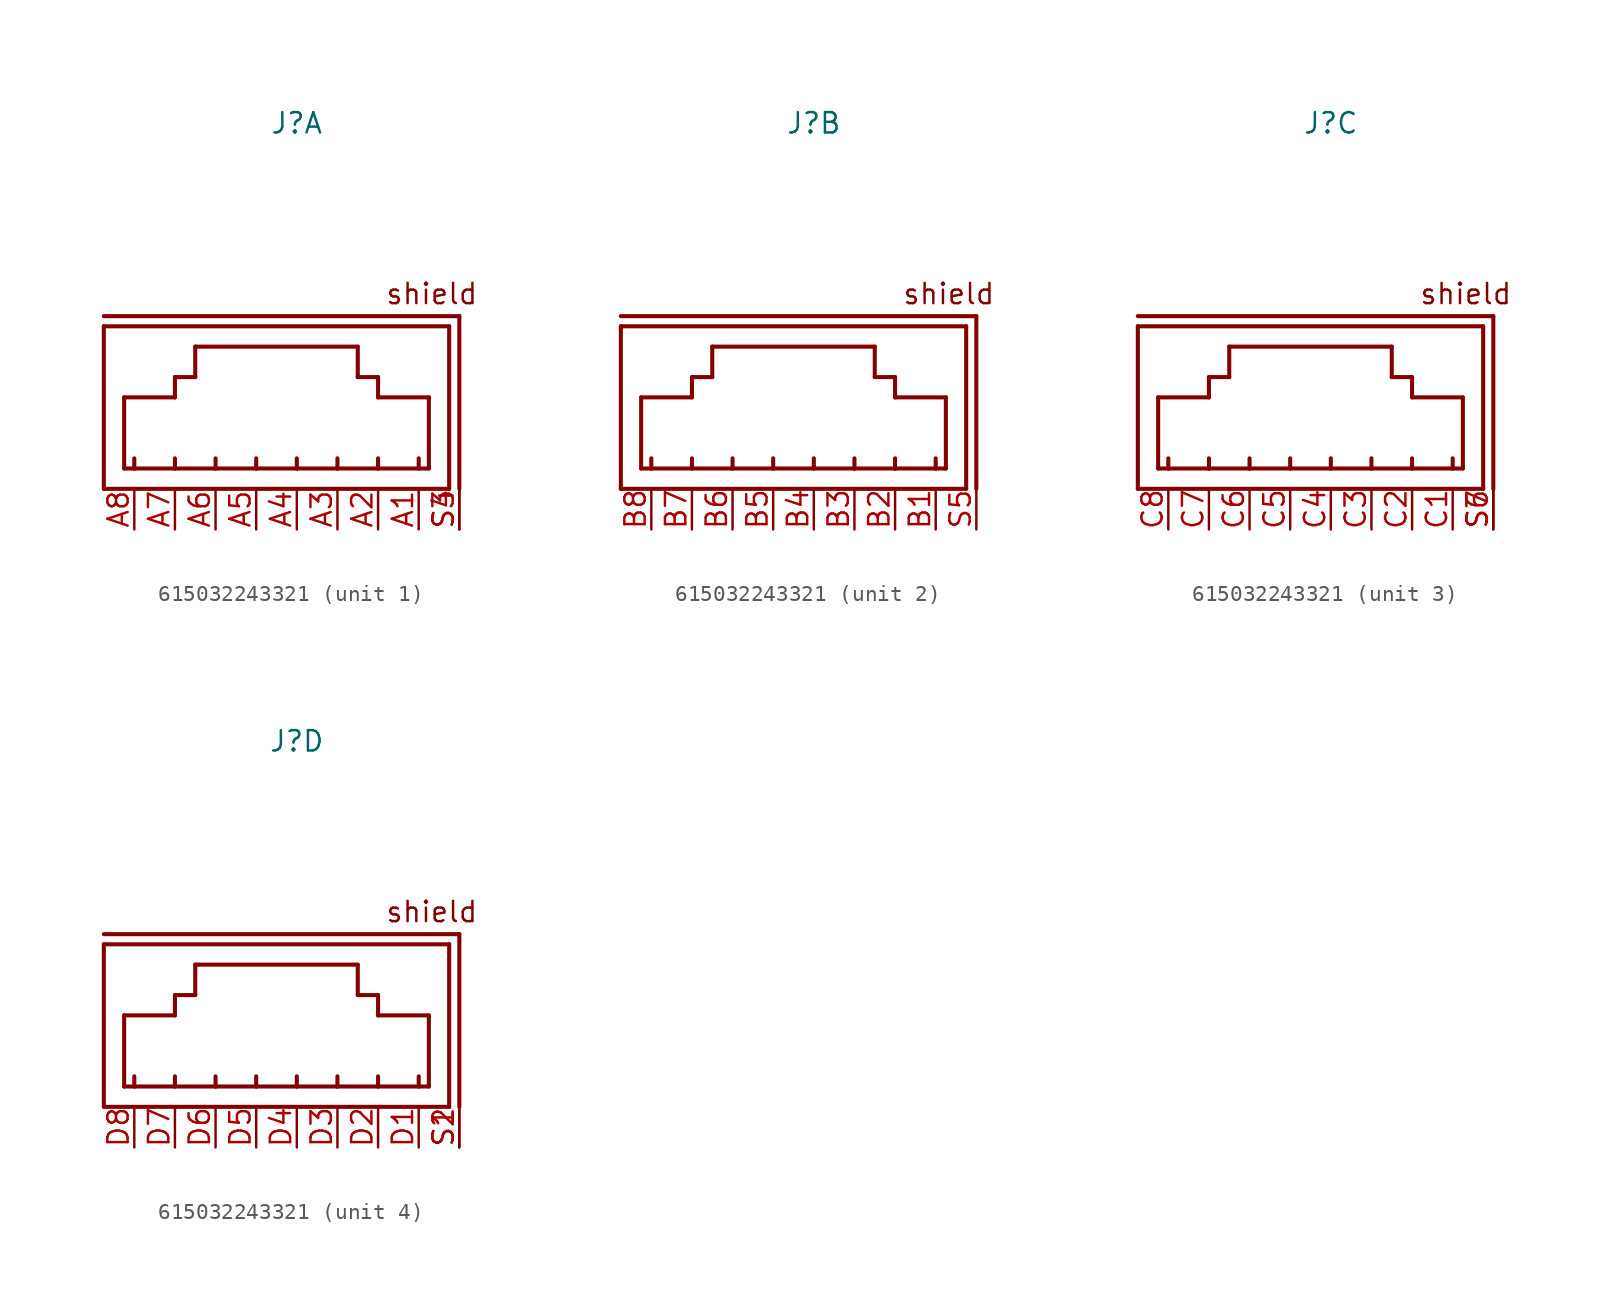
<source format=kicad_sym>
(kicad_symbol_lib
  (version 20241209)
  (generator "kicad_symbol_editor")
  (generator_version "9.0")
  (symbol "615032243321"
    (pin_names
      (hide yes))
    (property "Reference" "J"
      (at 0 17.78 0)
      (effects (font (size 1.27 1.27))))
    (property "ki_locked" ""
      (at 0 0 0)
      (effects (font (size 1.27 1.27))))
    (symbol "615032243321_1_0"
      (polyline (pts (xy -12.065 5.715) (xy 10.16 5.715)) (stroke (width 0.254) (type solid)) (fill (type none)))
      (polyline (pts (xy -12.065 5.08) (xy 9.525 5.08)) (stroke (width 0.254) (type solid)) (fill (type none)))
      (polyline (pts (xy -12.065 -5.08) (xy -12.065 5.08)) (stroke (width 0.254) (type solid)) (fill (type none)))
      (polyline (pts (xy -10.795 0.635) (xy -7.62 0.635)) (stroke (width 0.254) (type solid)) (fill (type none)))
      (polyline (pts (xy -10.795 -3.81) (xy -10.795 0.635)) (stroke (width 0.254) (type solid)) (fill (type none)))
      (polyline (pts (xy -10.16 -3.81) (xy -10.795 -3.81)) (stroke (width 0.254) (type solid)) (fill (type none)))
      (polyline (pts (xy -10.16 -3.81) (xy -10.16 -3.175)) (stroke (width 0.254) (type solid)) (fill (type none)))
      (polyline (pts (xy -7.62 1.905) (xy -6.35 1.905)) (stroke (width 0.254) (type solid)) (fill (type none)))
      (polyline (pts (xy -7.62 0.635) (xy -7.62 1.905)) (stroke (width 0.254) (type solid)) (fill (type none)))
      (polyline (pts (xy -7.62 -3.81) (xy -10.16 -3.81)) (stroke (width 0.254) (type solid)) (fill (type none)))
      (polyline (pts (xy -7.62 -3.81) (xy -7.62 -3.175)) (stroke (width 0.254) (type solid)) (fill (type none)))
      (polyline (pts (xy -6.35 3.81) (xy 3.81 3.81)) (stroke (width 0.254) (type solid)) (fill (type none)))
      (polyline (pts (xy -6.35 1.905) (xy -6.35 3.81)) (stroke (width 0.254) (type solid)) (fill (type none)))
      (polyline (pts (xy -5.08 -3.81) (xy -7.62 -3.81)) (stroke (width 0.254) (type solid)) (fill (type none)))
      (polyline (pts (xy -5.08 -3.81) (xy -5.08 -3.175)) (stroke (width 0.254) (type solid)) (fill (type none)))
      (polyline (pts (xy -2.54 -3.81) (xy -5.08 -3.81)) (stroke (width 0.254) (type solid)) (fill (type none)))
      (polyline (pts (xy -2.54 -3.81) (xy -2.54 -3.175)) (stroke (width 0.254) (type solid)) (fill (type none)))
      (polyline (pts (xy 0 -3.81) (xy -2.54 -3.81)) (stroke (width 0.254) (type solid)) (fill (type none)))
      (polyline (pts (xy 0 -3.81) (xy 0 -3.175)) (stroke (width 0.254) (type solid)) (fill (type none)))
      (polyline (pts (xy 2.54 -3.81) (xy 0 -3.81)) (stroke (width 0.254) (type solid)) (fill (type none)))
      (polyline (pts (xy 2.54 -3.81) (xy 2.54 -3.175)) (stroke (width 0.254) (type solid)) (fill (type none)))
      (polyline (pts (xy 3.81 1.905) (xy 3.81 3.81)) (stroke (width 0.254) (type solid)) (fill (type none)))
      (polyline (pts (xy 5.08 1.905) (xy 3.81 1.905)) (stroke (width 0.254) (type solid)) (fill (type none)))
      (polyline (pts (xy 5.08 0.635) (xy 5.08 1.905)) (stroke (width 0.254) (type solid)) (fill (type none)))
      (polyline (pts (xy 5.08 -3.81) (xy 2.54 -3.81)) (stroke (width 0.254) (type solid)) (fill (type none)))
      (polyline (pts (xy 5.08 -3.81) (xy 5.08 -3.175)) (stroke (width 0.254) (type solid)) (fill (type none)))
      (polyline (pts (xy 7.62 -3.81) (xy 5.08 -3.81)) (stroke (width 0.254) (type solid)) (fill (type none)))
      (polyline (pts (xy 7.62 -3.81) (xy 7.62 -3.175)) (stroke (width 0.254) (type solid)) (fill (type none)))
      (polyline (pts (xy 8.255 0.635) (xy 5.08 0.635)) (stroke (width 0.254) (type solid)) (fill (type none)))
      (polyline (pts (xy 8.255 0.635) (xy 8.255 -3.81)) (stroke (width 0.254) (type solid)) (fill (type none)))
      (polyline (pts (xy 8.255 -3.81) (xy 7.62 -3.81)) (stroke (width 0.254) (type solid)) (fill (type none)))
      (polyline (pts (xy 9.525 5.08) (xy 9.525 -5.08)) (stroke (width 0.254) (type solid)) (fill (type none)))
      (polyline (pts (xy 9.525 -5.08) (xy -12.065 -5.08)) (stroke (width 0.254) (type solid)) (fill (type none)))
      (polyline (pts (xy 10.16 5.715) (xy 10.16 -5.08)) (stroke (width 0.254) (type solid)) (fill (type none)))
      (pin passive line (at -10.16 -7.62 90) (length 2.54) (name "8" (effects (font (size 1.27 1.27)))) (number "A8" (effects (font (size 1.27 1.27)))))
      (pin passive line (at -7.62 -7.62 90) (length 2.54) (name "7" (effects (font (size 1.27 1.27)))) (number "A7" (effects (font (size 1.27 1.27)))))
      (pin passive line (at -5.08 -7.62 90) (length 2.54) (name "6" (effects (font (size 1.27 1.27)))) (number "A6" (effects (font (size 1.27 1.27)))))
      (pin passive line (at -2.54 -7.62 90) (length 2.54) (name "5" (effects (font (size 1.27 1.27)))) (number "A5" (effects (font (size 1.27 1.27)))))
      (pin passive line (at 0 -7.62 90) (length 2.54) (name "4" (effects (font (size 1.27 1.27)))) (number "A4" (effects (font (size 1.27 1.27)))))
      (pin passive line (at 2.54 -7.62 90) (length 2.54) (name "3" (effects (font (size 1.27 1.27)))) (number "A3" (effects (font (size 1.27 1.27)))))
      (pin passive line (at 5.08 -7.62 90) (length 2.54) (name "2" (effects (font (size 1.27 1.27)))) (number "A2" (effects (font (size 1.27 1.27)))))
      (pin passive line (at 7.62 -7.62 90) (length 2.54) (name "1" (effects (font (size 1.27 1.27)))) (number "A1" (effects (font (size 1.27 1.27)))))
      (pin passive line (at 10.16 -7.62 90) (length 2.54) (name "SHIELD" (effects (font (size 1.27 1.27)))) (number "S3" (effects (font (size 1.27 1.27)))))
      (pin passive line (at 10.16 -7.62 90) (length 2.54) (name "SHIELD" (effects (font (size 1.27 1.27)))) (number "S4" (effects (font (size 1.27 1.27))))))
    (symbol "615032243321_1_1"
      (text "shield" (at 5.495 6.365 0) (effects (font (size 1.27 1.27)) (justify left bottom))))
    (symbol "615032243321_2_0"
      (polyline (pts (xy -12.065 5.715) (xy 10.16 5.715)) (stroke (width 0.254) (type solid)) (fill (type none)))
      (polyline (pts (xy -12.065 5.08) (xy 9.525 5.08)) (stroke (width 0.254) (type solid)) (fill (type none)))
      (polyline (pts (xy -12.065 -5.08) (xy -12.065 5.08)) (stroke (width 0.254) (type solid)) (fill (type none)))
      (polyline (pts (xy -10.795 0.635) (xy -7.62 0.635)) (stroke (width 0.254) (type solid)) (fill (type none)))
      (polyline (pts (xy -10.795 -3.81) (xy -10.795 0.635)) (stroke (width 0.254) (type solid)) (fill (type none)))
      (polyline (pts (xy -10.16 -3.81) (xy -10.795 -3.81)) (stroke (width 0.254) (type solid)) (fill (type none)))
      (polyline (pts (xy -10.16 -3.81) (xy -10.16 -3.175)) (stroke (width 0.254) (type solid)) (fill (type none)))
      (polyline (pts (xy -7.62 1.905) (xy -6.35 1.905)) (stroke (width 0.254) (type solid)) (fill (type none)))
      (polyline (pts (xy -7.62 0.635) (xy -7.62 1.905)) (stroke (width 0.254) (type solid)) (fill (type none)))
      (polyline (pts (xy -7.62 -3.81) (xy -10.16 -3.81)) (stroke (width 0.254) (type solid)) (fill (type none)))
      (polyline (pts (xy -7.62 -3.81) (xy -7.62 -3.175)) (stroke (width 0.254) (type solid)) (fill (type none)))
      (polyline (pts (xy -6.35 3.81) (xy 3.81 3.81)) (stroke (width 0.254) (type solid)) (fill (type none)))
      (polyline (pts (xy -6.35 1.905) (xy -6.35 3.81)) (stroke (width 0.254) (type solid)) (fill (type none)))
      (polyline (pts (xy -5.08 -3.81) (xy -7.62 -3.81)) (stroke (width 0.254) (type solid)) (fill (type none)))
      (polyline (pts (xy -5.08 -3.81) (xy -5.08 -3.175)) (stroke (width 0.254) (type solid)) (fill (type none)))
      (polyline (pts (xy -2.54 -3.81) (xy -5.08 -3.81)) (stroke (width 0.254) (type solid)) (fill (type none)))
      (polyline (pts (xy -2.54 -3.81) (xy -2.54 -3.175)) (stroke (width 0.254) (type solid)) (fill (type none)))
      (polyline (pts (xy 0 -3.81) (xy -2.54 -3.81)) (stroke (width 0.254) (type solid)) (fill (type none)))
      (polyline (pts (xy 0 -3.81) (xy 0 -3.175)) (stroke (width 0.254) (type solid)) (fill (type none)))
      (polyline (pts (xy 2.54 -3.81) (xy 0 -3.81)) (stroke (width 0.254) (type solid)) (fill (type none)))
      (polyline (pts (xy 2.54 -3.81) (xy 2.54 -3.175)) (stroke (width 0.254) (type solid)) (fill (type none)))
      (polyline (pts (xy 3.81 1.905) (xy 3.81 3.81)) (stroke (width 0.254) (type solid)) (fill (type none)))
      (polyline (pts (xy 5.08 1.905) (xy 3.81 1.905)) (stroke (width 0.254) (type solid)) (fill (type none)))
      (polyline (pts (xy 5.08 0.635) (xy 5.08 1.905)) (stroke (width 0.254) (type solid)) (fill (type none)))
      (polyline (pts (xy 5.08 -3.81) (xy 2.54 -3.81)) (stroke (width 0.254) (type solid)) (fill (type none)))
      (polyline (pts (xy 5.08 -3.81) (xy 5.08 -3.175)) (stroke (width 0.254) (type solid)) (fill (type none)))
      (polyline (pts (xy 7.62 -3.81) (xy 5.08 -3.81)) (stroke (width 0.254) (type solid)) (fill (type none)))
      (polyline (pts (xy 7.62 -3.81) (xy 7.62 -3.175)) (stroke (width 0.254) (type solid)) (fill (type none)))
      (polyline (pts (xy 8.255 0.635) (xy 5.08 0.635)) (stroke (width 0.254) (type solid)) (fill (type none)))
      (polyline (pts (xy 8.255 0.635) (xy 8.255 -3.81)) (stroke (width 0.254) (type solid)) (fill (type none)))
      (polyline (pts (xy 8.255 -3.81) (xy 7.62 -3.81)) (stroke (width 0.254) (type solid)) (fill (type none)))
      (polyline (pts (xy 9.525 5.08) (xy 9.525 -5.08)) (stroke (width 0.254) (type solid)) (fill (type none)))
      (polyline (pts (xy 9.525 -5.08) (xy -12.065 -5.08)) (stroke (width 0.254) (type solid)) (fill (type none)))
      (polyline (pts (xy 10.16 5.715) (xy 10.16 -5.08)) (stroke (width 0.254) (type solid)) (fill (type none)))
      (pin passive line (at -10.16 -7.62 90) (length 2.54) (name "8" (effects (font (size 1.27 1.27)))) (number "B8" (effects (font (size 1.27 1.27)))))
      (pin passive line (at -7.62 -7.62 90) (length 2.54) (name "7" (effects (font (size 1.27 1.27)))) (number "B7" (effects (font (size 1.27 1.27)))))
      (pin passive line (at -5.08 -7.62 90) (length 2.54) (name "6" (effects (font (size 1.27 1.27)))) (number "B6" (effects (font (size 1.27 1.27)))))
      (pin passive line (at -2.54 -7.62 90) (length 2.54) (name "5" (effects (font (size 1.27 1.27)))) (number "B5" (effects (font (size 1.27 1.27)))))
      (pin passive line (at 0 -7.62 90) (length 2.54) (name "4" (effects (font (size 1.27 1.27)))) (number "B4" (effects (font (size 1.27 1.27)))))
      (pin passive line (at 2.54 -7.62 90) (length 2.54) (name "3" (effects (font (size 1.27 1.27)))) (number "B3" (effects (font (size 1.27 1.27)))))
      (pin passive line (at 5.08 -7.62 90) (length 2.54) (name "2" (effects (font (size 1.27 1.27)))) (number "B2" (effects (font (size 1.27 1.27)))))
      (pin passive line (at 7.62 -7.62 90) (length 2.54) (name "1" (effects (font (size 1.27 1.27)))) (number "B1" (effects (font (size 1.27 1.27)))))
      (pin passive line (at 10.16 -7.62 90) (length 2.54) (name "SHIELD" (effects (font (size 1.27 1.27)))) (number "S5" (effects (font (size 1.27 1.27))))))
    (symbol "615032243321_2_1"
      (text "shield" (at 5.495 6.365 0) (effects (font (size 1.27 1.27)) (justify left bottom))))
    (symbol "615032243321_3_0"
      (polyline (pts (xy -12.065 5.715) (xy 10.16 5.715)) (stroke (width 0.254) (type solid)) (fill (type none)))
      (polyline (pts (xy -12.065 5.08) (xy 9.525 5.08)) (stroke (width 0.254) (type solid)) (fill (type none)))
      (polyline (pts (xy -12.065 -5.08) (xy -12.065 5.08)) (stroke (width 0.254) (type solid)) (fill (type none)))
      (polyline (pts (xy -10.795 0.635) (xy -7.62 0.635)) (stroke (width 0.254) (type solid)) (fill (type none)))
      (polyline (pts (xy -10.795 -3.81) (xy -10.795 0.635)) (stroke (width 0.254) (type solid)) (fill (type none)))
      (polyline (pts (xy -10.16 -3.81) (xy -10.795 -3.81)) (stroke (width 0.254) (type solid)) (fill (type none)))
      (polyline (pts (xy -10.16 -3.81) (xy -10.16 -3.175)) (stroke (width 0.254) (type solid)) (fill (type none)))
      (polyline (pts (xy -7.62 1.905) (xy -6.35 1.905)) (stroke (width 0.254) (type solid)) (fill (type none)))
      (polyline (pts (xy -7.62 0.635) (xy -7.62 1.905)) (stroke (width 0.254) (type solid)) (fill (type none)))
      (polyline (pts (xy -7.62 -3.81) (xy -10.16 -3.81)) (stroke (width 0.254) (type solid)) (fill (type none)))
      (polyline (pts (xy -7.62 -3.81) (xy -7.62 -3.175)) (stroke (width 0.254) (type solid)) (fill (type none)))
      (polyline (pts (xy -6.35 3.81) (xy 3.81 3.81)) (stroke (width 0.254) (type solid)) (fill (type none)))
      (polyline (pts (xy -6.35 1.905) (xy -6.35 3.81)) (stroke (width 0.254) (type solid)) (fill (type none)))
      (polyline (pts (xy -5.08 -3.81) (xy -7.62 -3.81)) (stroke (width 0.254) (type solid)) (fill (type none)))
      (polyline (pts (xy -5.08 -3.81) (xy -5.08 -3.175)) (stroke (width 0.254) (type solid)) (fill (type none)))
      (polyline (pts (xy -2.54 -3.81) (xy -5.08 -3.81)) (stroke (width 0.254) (type solid)) (fill (type none)))
      (polyline (pts (xy -2.54 -3.81) (xy -2.54 -3.175)) (stroke (width 0.254) (type solid)) (fill (type none)))
      (polyline (pts (xy 0 -3.81) (xy -2.54 -3.81)) (stroke (width 0.254) (type solid)) (fill (type none)))
      (polyline (pts (xy 0 -3.81) (xy 0 -3.175)) (stroke (width 0.254) (type solid)) (fill (type none)))
      (polyline (pts (xy 2.54 -3.81) (xy 0 -3.81)) (stroke (width 0.254) (type solid)) (fill (type none)))
      (polyline (pts (xy 2.54 -3.81) (xy 2.54 -3.175)) (stroke (width 0.254) (type solid)) (fill (type none)))
      (polyline (pts (xy 3.81 1.905) (xy 3.81 3.81)) (stroke (width 0.254) (type solid)) (fill (type none)))
      (polyline (pts (xy 5.08 1.905) (xy 3.81 1.905)) (stroke (width 0.254) (type solid)) (fill (type none)))
      (polyline (pts (xy 5.08 0.635) (xy 5.08 1.905)) (stroke (width 0.254) (type solid)) (fill (type none)))
      (polyline (pts (xy 5.08 -3.81) (xy 2.54 -3.81)) (stroke (width 0.254) (type solid)) (fill (type none)))
      (polyline (pts (xy 5.08 -3.81) (xy 5.08 -3.175)) (stroke (width 0.254) (type solid)) (fill (type none)))
      (polyline (pts (xy 7.62 -3.81) (xy 5.08 -3.81)) (stroke (width 0.254) (type solid)) (fill (type none)))
      (polyline (pts (xy 7.62 -3.81) (xy 7.62 -3.175)) (stroke (width 0.254) (type solid)) (fill (type none)))
      (polyline (pts (xy 8.255 0.635) (xy 5.08 0.635)) (stroke (width 0.254) (type solid)) (fill (type none)))
      (polyline (pts (xy 8.255 0.635) (xy 8.255 -3.81)) (stroke (width 0.254) (type solid)) (fill (type none)))
      (polyline (pts (xy 8.255 -3.81) (xy 7.62 -3.81)) (stroke (width 0.254) (type solid)) (fill (type none)))
      (polyline (pts (xy 9.525 5.08) (xy 9.525 -5.08)) (stroke (width 0.254) (type solid)) (fill (type none)))
      (polyline (pts (xy 9.525 -5.08) (xy -12.065 -5.08)) (stroke (width 0.254) (type solid)) (fill (type none)))
      (polyline (pts (xy 10.16 5.715) (xy 10.16 -5.08)) (stroke (width 0.254) (type solid)) (fill (type none)))
      (pin passive line (at -10.16 -7.62 90) (length 2.54) (name "8" (effects (font (size 1.27 1.27)))) (number "C8" (effects (font (size 1.27 1.27)))))
      (pin passive line (at -7.62 -7.62 90) (length 2.54) (name "7" (effects (font (size 1.27 1.27)))) (number "C7" (effects (font (size 1.27 1.27)))))
      (pin passive line (at -5.08 -7.62 90) (length 2.54) (name "6" (effects (font (size 1.27 1.27)))) (number "C6" (effects (font (size 1.27 1.27)))))
      (pin passive line (at -2.54 -7.62 90) (length 2.54) (name "5" (effects (font (size 1.27 1.27)))) (number "C5" (effects (font (size 1.27 1.27)))))
      (pin passive line (at 0 -7.62 90) (length 2.54) (name "4" (effects (font (size 1.27 1.27)))) (number "C4" (effects (font (size 1.27 1.27)))))
      (pin passive line (at 2.54 -7.62 90) (length 2.54) (name "3" (effects (font (size 1.27 1.27)))) (number "C3" (effects (font (size 1.27 1.27)))))
      (pin passive line (at 5.08 -7.62 90) (length 2.54) (name "2" (effects (font (size 1.27 1.27)))) (number "C2" (effects (font (size 1.27 1.27)))))
      (pin passive line (at 7.62 -7.62 90) (length 2.54) (name "1" (effects (font (size 1.27 1.27)))) (number "C1" (effects (font (size 1.27 1.27)))))
      (pin passive line (at 10.16 -7.62 90) (length 2.54) (name "SHIELD" (effects (font (size 1.27 1.27)))) (number "S6" (effects (font (size 1.27 1.27)))))
      (pin passive line (at 10.16 -7.62 90) (length 2.54) (name "SHIELD" (effects (font (size 1.27 1.27)))) (number "S7" (effects (font (size 1.27 1.27))))))
    (symbol "615032243321_3_1"
      (text "shield" (at 5.495 6.365 0) (effects (font (size 1.27 1.27)) (justify left bottom))))
    (symbol "615032243321_4_0"
      (polyline (pts (xy -12.065 5.715) (xy 10.16 5.715)) (stroke (width 0.254) (type solid)) (fill (type none)))
      (polyline (pts (xy -12.065 5.08) (xy 9.525 5.08)) (stroke (width 0.254) (type solid)) (fill (type none)))
      (polyline (pts (xy -12.065 -5.08) (xy -12.065 5.08)) (stroke (width 0.254) (type solid)) (fill (type none)))
      (polyline (pts (xy -10.795 0.635) (xy -7.62 0.635)) (stroke (width 0.254) (type solid)) (fill (type none)))
      (polyline (pts (xy -10.795 -3.81) (xy -10.795 0.635)) (stroke (width 0.254) (type solid)) (fill (type none)))
      (polyline (pts (xy -10.16 -3.81) (xy -10.795 -3.81)) (stroke (width 0.254) (type solid)) (fill (type none)))
      (polyline (pts (xy -10.16 -3.81) (xy -10.16 -3.175)) (stroke (width 0.254) (type solid)) (fill (type none)))
      (polyline (pts (xy -7.62 1.905) (xy -6.35 1.905)) (stroke (width 0.254) (type solid)) (fill (type none)))
      (polyline (pts (xy -7.62 0.635) (xy -7.62 1.905)) (stroke (width 0.254) (type solid)) (fill (type none)))
      (polyline (pts (xy -7.62 -3.81) (xy -10.16 -3.81)) (stroke (width 0.254) (type solid)) (fill (type none)))
      (polyline (pts (xy -7.62 -3.81) (xy -7.62 -3.175)) (stroke (width 0.254) (type solid)) (fill (type none)))
      (polyline (pts (xy -6.35 3.81) (xy 3.81 3.81)) (stroke (width 0.254) (type solid)) (fill (type none)))
      (polyline (pts (xy -6.35 1.905) (xy -6.35 3.81)) (stroke (width 0.254) (type solid)) (fill (type none)))
      (polyline (pts (xy -5.08 -3.81) (xy -7.62 -3.81)) (stroke (width 0.254) (type solid)) (fill (type none)))
      (polyline (pts (xy -5.08 -3.81) (xy -5.08 -3.175)) (stroke (width 0.254) (type solid)) (fill (type none)))
      (polyline (pts (xy -2.54 -3.81) (xy -5.08 -3.81)) (stroke (width 0.254) (type solid)) (fill (type none)))
      (polyline (pts (xy -2.54 -3.81) (xy -2.54 -3.175)) (stroke (width 0.254) (type solid)) (fill (type none)))
      (polyline (pts (xy 0 -3.81) (xy -2.54 -3.81)) (stroke (width 0.254) (type solid)) (fill (type none)))
      (polyline (pts (xy 0 -3.81) (xy 0 -3.175)) (stroke (width 0.254) (type solid)) (fill (type none)))
      (polyline (pts (xy 2.54 -3.81) (xy 0 -3.81)) (stroke (width 0.254) (type solid)) (fill (type none)))
      (polyline (pts (xy 2.54 -3.81) (xy 2.54 -3.175)) (stroke (width 0.254) (type solid)) (fill (type none)))
      (polyline (pts (xy 3.81 1.905) (xy 3.81 3.81)) (stroke (width 0.254) (type solid)) (fill (type none)))
      (polyline (pts (xy 5.08 1.905) (xy 3.81 1.905)) (stroke (width 0.254) (type solid)) (fill (type none)))
      (polyline (pts (xy 5.08 0.635) (xy 5.08 1.905)) (stroke (width 0.254) (type solid)) (fill (type none)))
      (polyline (pts (xy 5.08 -3.81) (xy 2.54 -3.81)) (stroke (width 0.254) (type solid)) (fill (type none)))
      (polyline (pts (xy 5.08 -3.81) (xy 5.08 -3.175)) (stroke (width 0.254) (type solid)) (fill (type none)))
      (polyline (pts (xy 7.62 -3.81) (xy 5.08 -3.81)) (stroke (width 0.254) (type solid)) (fill (type none)))
      (polyline (pts (xy 7.62 -3.81) (xy 7.62 -3.175)) (stroke (width 0.254) (type solid)) (fill (type none)))
      (polyline (pts (xy 8.255 0.635) (xy 5.08 0.635)) (stroke (width 0.254) (type solid)) (fill (type none)))
      (polyline (pts (xy 8.255 0.635) (xy 8.255 -3.81)) (stroke (width 0.254) (type solid)) (fill (type none)))
      (polyline (pts (xy 8.255 -3.81) (xy 7.62 -3.81)) (stroke (width 0.254) (type solid)) (fill (type none)))
      (polyline (pts (xy 9.525 5.08) (xy 9.525 -5.08)) (stroke (width 0.254) (type solid)) (fill (type none)))
      (polyline (pts (xy 9.525 -5.08) (xy -12.065 -5.08)) (stroke (width 0.254) (type solid)) (fill (type none)))
      (polyline (pts (xy 10.16 5.715) (xy 10.16 -5.08)) (stroke (width 0.254) (type solid)) (fill (type none)))
      (pin passive line (at -10.16 -7.62 90) (length 2.54) (name "8" (effects (font (size 1.27 1.27)))) (number "D8" (effects (font (size 1.27 1.27)))))
      (pin passive line (at -7.62 -7.62 90) (length 2.54) (name "7" (effects (font (size 1.27 1.27)))) (number "D7" (effects (font (size 1.27 1.27)))))
      (pin passive line (at -5.08 -7.62 90) (length 2.54) (name "6" (effects (font (size 1.27 1.27)))) (number "D6" (effects (font (size 1.27 1.27)))))
      (pin passive line (at -2.54 -7.62 90) (length 2.54) (name "5" (effects (font (size 1.27 1.27)))) (number "D5" (effects (font (size 1.27 1.27)))))
      (pin passive line (at 0 -7.62 90) (length 2.54) (name "4" (effects (font (size 1.27 1.27)))) (number "D4" (effects (font (size 1.27 1.27)))))
      (pin passive line (at 2.54 -7.62 90) (length 2.54) (name "3" (effects (font (size 1.27 1.27)))) (number "D3" (effects (font (size 1.27 1.27)))))
      (pin passive line (at 5.08 -7.62 90) (length 2.54) (name "2" (effects (font (size 1.27 1.27)))) (number "D2" (effects (font (size 1.27 1.27)))))
      (pin passive line (at 7.62 -7.62 90) (length 2.54) (name "1" (effects (font (size 1.27 1.27)))) (number "D1" (effects (font (size 1.27 1.27)))))
      (pin passive line (at 10.16 -7.62 90) (length 2.54) (name "SHIELD" (effects (font (size 1.27 1.27)))) (number "S1" (effects (font (size 1.27 1.27)))))
      (pin passive line (at 10.16 -7.62 90) (length 2.54) (name "SHIELD" (effects (font (size 1.27 1.27)))) (number "S2" (effects (font (size 1.27 1.27))))))
    (symbol "615032243321_4_1"
      (text "shield" (at 5.495 6.365 0) (effects (font (size 1.27 1.27)) (justify left bottom))))))
</source>
